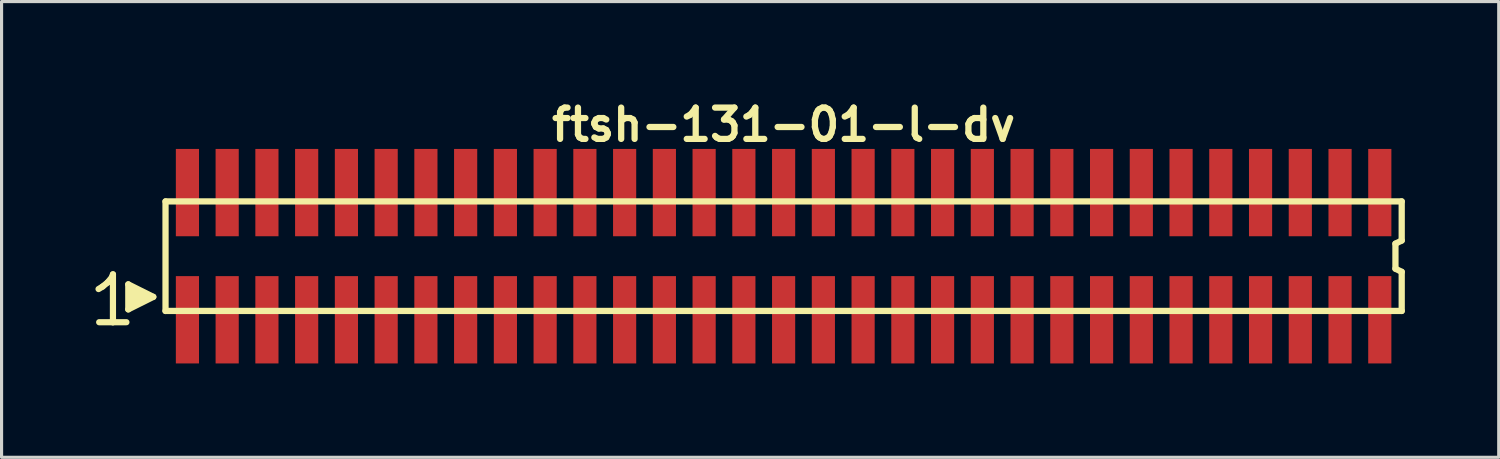
<source format=kicad_pcb>
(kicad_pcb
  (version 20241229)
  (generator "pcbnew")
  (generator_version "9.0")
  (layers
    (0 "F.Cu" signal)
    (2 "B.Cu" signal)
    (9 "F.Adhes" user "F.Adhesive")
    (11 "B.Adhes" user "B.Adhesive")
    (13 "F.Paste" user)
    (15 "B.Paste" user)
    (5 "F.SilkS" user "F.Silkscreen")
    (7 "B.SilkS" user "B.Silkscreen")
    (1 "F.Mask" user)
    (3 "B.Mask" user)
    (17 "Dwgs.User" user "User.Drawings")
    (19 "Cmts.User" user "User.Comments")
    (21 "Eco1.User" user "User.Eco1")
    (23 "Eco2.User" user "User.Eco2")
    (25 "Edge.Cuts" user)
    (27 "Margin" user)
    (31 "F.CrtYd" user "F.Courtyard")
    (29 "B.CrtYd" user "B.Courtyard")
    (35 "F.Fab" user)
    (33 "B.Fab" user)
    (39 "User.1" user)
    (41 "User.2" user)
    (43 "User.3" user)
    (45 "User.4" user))
  (footprint "ftsh-131-01-l-dv"
    (layer "F.Cu")
    (at 21.989 5.136)
    (property "Reference" "ftsh-131-01-l-dv" (at 0 -4.2 0) (layer "F.SilkS") (effects (font (size 1 1) (thickness 0.2))))
    (attr smd)
    (fp_line (start -21.89 1.05) (end -21.76 0.97) (stroke (width 0.198) (type solid)) (layer "F.SilkS"))
    (fp_line (start -21.76 0.97) (end -21.6 0.84) (stroke (width 0.198) (type solid)) (layer "F.SilkS"))
    (fp_line (start -21.6 0.84) (end -21.46 0.67) (stroke (width 0.198) (type solid)) (layer "F.SilkS"))
    (fp_line (start -21.46 0.67) (end -21.43 0.58) (stroke (width 0.198) (type solid)) (layer "F.SilkS"))
    (fp_line (start -21.43 0.58) (end -21.43 2.11) (stroke (width 0.198) (type solid)) (layer "F.SilkS"))
    (fp_line (start -21.43 2.11) (end -21.87 2.11) (stroke (width 0.198) (type solid)) (layer "F.SilkS"))
    (fp_line (start -21 2.11) (end -21.44 2.11) (stroke (width 0.198) (type solid)) (layer "F.SilkS"))
    (fp_line (start -20.94 0.9) (end -20.14 1.3) (stroke (width 0.198) (type solid)) (layer "F.SilkS"))
    (fp_line (start -20.94 1.7) (end -20.94 0.9) (stroke (width 0.198) (type solid)) (layer "F.SilkS"))
    (fp_line (start -20.84 1.6) (end -20.84 1) (stroke (width 0.198) (type solid)) (layer "F.SilkS"))
    (fp_line (start -20.74 1.1) (end -20.74 1.5) (stroke (width 0.198) (type solid)) (layer "F.SilkS"))
    (fp_line (start -20.64 1.5) (end -20.64 1.1) (stroke (width 0.198) (type solid)) (layer "F.SilkS"))
    (fp_line (start -20.54 1.2) (end -20.54 1.4) (stroke (width 0.198) (type solid)) (layer "F.SilkS"))
    (fp_line (start -20.44 1.4) (end -20.44 1.2) (stroke (width 0.198) (type solid)) (layer "F.SilkS"))
    (fp_line (start -20.14 1.3) (end -20.94 1.7) (stroke (width 0.198) (type solid)) (layer "F.SilkS"))
    (fp_line (start -19.75 -1.75) (end -19.75 1.75) (stroke (width 0.2) (type solid)) (layer "F.SilkS"))
    (fp_line (start -19.75 -1.75) (end 19.75 -1.75) (stroke (width 0.2) (type solid)) (layer "F.SilkS"))
    (fp_line (start -19.75 1.75) (end 19.75 1.75) (stroke (width 0.2) (type solid)) (layer "F.SilkS"))
    (fp_line (start 19.55 -0.4) (end 19.55 0.4) (stroke (width 0.2) (type solid)) (layer "F.SilkS"))
    (fp_line (start 19.55 0.4) (end 19.75 0.5) (stroke (width 0.2) (type solid)) (layer "F.SilkS"))
    (fp_line (start 19.75 -0.5) (end 19.55 -0.4) (stroke (width 0.2) (type solid)) (layer "F.SilkS"))
    (fp_line (start 19.75 -0.5) (end 19.75 -1.75) (stroke (width 0.2) (type solid)) (layer "F.SilkS"))
    (fp_line (start 19.75 0.5) (end 19.75 1.75) (stroke (width 0.2) (type solid)) (layer "F.SilkS"))
    (pad "1" smd rect (at -19.05 2.032) (size 0.74 2.79) (layers "F.Cu" "F.Mask" "F.Paste"))
    (pad "2" smd rect (at -19.05 -2.032) (size 0.74 2.79) (layers "F.Cu" "F.Mask" "F.Paste"))
    (pad "3" smd rect (at -17.78 2.032) (size 0.74 2.79) (layers "F.Cu" "F.Mask" "F.Paste"))
    (pad "4" smd rect (at -17.78 -2.032) (size 0.74 2.79) (layers "F.Cu" "F.Mask" "F.Paste"))
    (pad "5" smd rect (at -16.51 2.032) (size 0.74 2.79) (layers "F.Cu" "F.Mask" "F.Paste"))
    (pad "6" smd rect (at -16.51 -2.032) (size 0.74 2.79) (layers "F.Cu" "F.Mask" "F.Paste"))
    (pad "7" smd rect (at -15.24 2.032) (size 0.74 2.79) (layers "F.Cu" "F.Mask" "F.Paste"))
    (pad "8" smd rect (at -15.24 -2.032) (size 0.74 2.79) (layers "F.Cu" "F.Mask" "F.Paste"))
    (pad "9" smd rect (at -13.97 2.032) (size 0.74 2.79) (layers "F.Cu" "F.Mask" "F.Paste"))
    (pad "10" smd rect (at -13.97 -2.032) (size 0.74 2.79) (layers "F.Cu" "F.Mask" "F.Paste"))
    (pad "11" smd rect (at -12.7 2.032) (size 0.74 2.79) (layers "F.Cu" "F.Mask" "F.Paste"))
    (pad "12" smd rect (at -12.7 -2.032) (size 0.74 2.79) (layers "F.Cu" "F.Mask" "F.Paste"))
    (pad "13" smd rect (at -11.43 2.032) (size 0.74 2.79) (layers "F.Cu" "F.Mask" "F.Paste"))
    (pad "14" smd rect (at -11.43 -2.032) (size 0.74 2.79) (layers "F.Cu" "F.Mask" "F.Paste"))
    (pad "15" smd rect (at -10.16 2.032) (size 0.74 2.79) (layers "F.Cu" "F.Mask" "F.Paste"))
    (pad "16" smd rect (at -10.16 -2.032) (size 0.74 2.79) (layers "F.Cu" "F.Mask" "F.Paste"))
    (pad "17" smd rect (at -8.89 2.032) (size 0.74 2.79) (layers "F.Cu" "F.Mask" "F.Paste"))
    (pad "18" smd rect (at -8.89 -2.032) (size 0.74 2.79) (layers "F.Cu" "F.Mask" "F.Paste"))
    (pad "19" smd rect (at -7.62 2.032) (size 0.74 2.79) (layers "F.Cu" "F.Mask" "F.Paste"))
    (pad "20" smd rect (at -7.62 -2.032) (size 0.74 2.79) (layers "F.Cu" "F.Mask" "F.Paste"))
    (pad "21" smd rect (at -6.35 2.032) (size 0.74 2.79) (layers "F.Cu" "F.Mask" "F.Paste"))
    (pad "22" smd rect (at -6.35 -2.032) (size 0.74 2.79) (layers "F.Cu" "F.Mask" "F.Paste"))
    (pad "23" smd rect (at -5.08 2.032) (size 0.74 2.79) (layers "F.Cu" "F.Mask" "F.Paste"))
    (pad "24" smd rect (at -5.08 -2.032) (size 0.74 2.79) (layers "F.Cu" "F.Mask" "F.Paste"))
    (pad "25" smd rect (at -3.81 2.032) (size 0.74 2.79) (layers "F.Cu" "F.Mask" "F.Paste"))
    (pad "26" smd rect (at -3.81 -2.032) (size 0.74 2.79) (layers "F.Cu" "F.Mask" "F.Paste"))
    (pad "27" smd rect (at -2.54 2.032) (size 0.74 2.79) (layers "F.Cu" "F.Mask" "F.Paste"))
    (pad "28" smd rect (at -2.54 -2.032) (size 0.74 2.79) (layers "F.Cu" "F.Mask" "F.Paste"))
    (pad "29" smd rect (at -1.27 2.032) (size 0.74 2.79) (layers "F.Cu" "F.Mask" "F.Paste"))
    (pad "30" smd rect (at -1.27 -2.032) (size 0.74 2.79) (layers "F.Cu" "F.Mask" "F.Paste"))
    (pad "31" smd rect (at 0 2.032) (size 0.74 2.79) (layers "F.Cu" "F.Mask" "F.Paste"))
    (pad "32" smd rect (at 0 -2.032) (size 0.74 2.79) (layers "F.Cu" "F.Mask" "F.Paste"))
    (pad "33" smd rect (at 1.27 2.032) (size 0.74 2.79) (layers "F.Cu" "F.Mask" "F.Paste"))
    (pad "34" smd rect (at 1.27 -2.032) (size 0.74 2.79) (layers "F.Cu" "F.Mask" "F.Paste"))
    (pad "35" smd rect (at 2.54 2.032) (size 0.74 2.79) (layers "F.Cu" "F.Mask" "F.Paste"))
    (pad "36" smd rect (at 2.54 -2.032) (size 0.74 2.79) (layers "F.Cu" "F.Mask" "F.Paste"))
    (pad "37" smd rect (at 3.81 2.032) (size 0.74 2.79) (layers "F.Cu" "F.Mask" "F.Paste"))
    (pad "38" smd rect (at 3.81 -2.032) (size 0.74 2.79) (layers "F.Cu" "F.Mask" "F.Paste"))
    (pad "39" smd rect (at 5.08 2.032) (size 0.74 2.79) (layers "F.Cu" "F.Mask" "F.Paste"))
    (pad "40" smd rect (at 5.08 -2.032) (size 0.74 2.79) (layers "F.Cu" "F.Mask" "F.Paste"))
    (pad "41" smd rect (at 6.35 2.032) (size 0.74 2.79) (layers "F.Cu" "F.Mask" "F.Paste"))
    (pad "42" smd rect (at 6.35 -2.032) (size 0.74 2.79) (layers "F.Cu" "F.Mask" "F.Paste"))
    (pad "43" smd rect (at 7.62 2.032) (size 0.74 2.79) (layers "F.Cu" "F.Mask" "F.Paste"))
    (pad "44" smd rect (at 7.62 -2.032) (size 0.74 2.79) (layers "F.Cu" "F.Mask" "F.Paste"))
    (pad "45" smd rect (at 8.89 2.032) (size 0.74 2.79) (layers "F.Cu" "F.Mask" "F.Paste"))
    (pad "46" smd rect (at 8.89 -2.032) (size 0.74 2.79) (layers "F.Cu" "F.Mask" "F.Paste"))
    (pad "47" smd rect (at 10.16 2.032) (size 0.74 2.79) (layers "F.Cu" "F.Mask" "F.Paste"))
    (pad "48" smd rect (at 10.16 -2.032) (size 0.74 2.79) (layers "F.Cu" "F.Mask" "F.Paste"))
    (pad "49" smd rect (at 11.43 2.032) (size 0.74 2.79) (layers "F.Cu" "F.Mask" "F.Paste"))
    (pad "50" smd rect (at 11.43 -2.032) (size 0.74 2.79) (layers "F.Cu" "F.Mask" "F.Paste"))
    (pad "51" smd rect (at 12.7 2.032) (size 0.74 2.79) (layers "F.Cu" "F.Mask" "F.Paste"))
    (pad "52" smd rect (at 12.7 -2.032) (size 0.74 2.79) (layers "F.Cu" "F.Mask" "F.Paste"))
    (pad "53" smd rect (at 13.97 2.032) (size 0.74 2.79) (layers "F.Cu" "F.Mask" "F.Paste"))
    (pad "54" smd rect (at 13.97 -2.032) (size 0.74 2.79) (layers "F.Cu" "F.Mask" "F.Paste"))
    (pad "55" smd rect (at 15.24 2.032) (size 0.74 2.79) (layers "F.Cu" "F.Mask" "F.Paste"))
    (pad "56" smd rect (at 15.24 -2.032) (size 0.74 2.79) (layers "F.Cu" "F.Mask" "F.Paste"))
    (pad "57" smd rect (at 16.51 2.032) (size 0.74 2.79) (layers "F.Cu" "F.Mask" "F.Paste"))
    (pad "58" smd rect (at 16.51 -2.032) (size 0.74 2.79) (layers "F.Cu" "F.Mask" "F.Paste"))
    (pad "59" smd rect (at 17.78 2.032) (size 0.74 2.79) (layers "F.Cu" "F.Mask" "F.Paste"))
    (pad "60" smd rect (at 17.78 -2.032) (size 0.74 2.79) (layers "F.Cu" "F.Mask" "F.Paste"))
    (pad "61" smd rect (at 19.05 2.032) (size 0.74 2.79) (layers "F.Cu" "F.Mask" "F.Paste"))
    (pad "62" smd rect (at 19.05 -2.032) (size 0.74 2.79) (layers "F.Cu" "F.Mask" "F.Paste")))
  (gr_rect
    (start -3 -3)
    (end 44.839 11.563)
    (stroke (width 0.1) (type default))
    (fill no)
    (layer "Edge.Cuts")))
</source>
